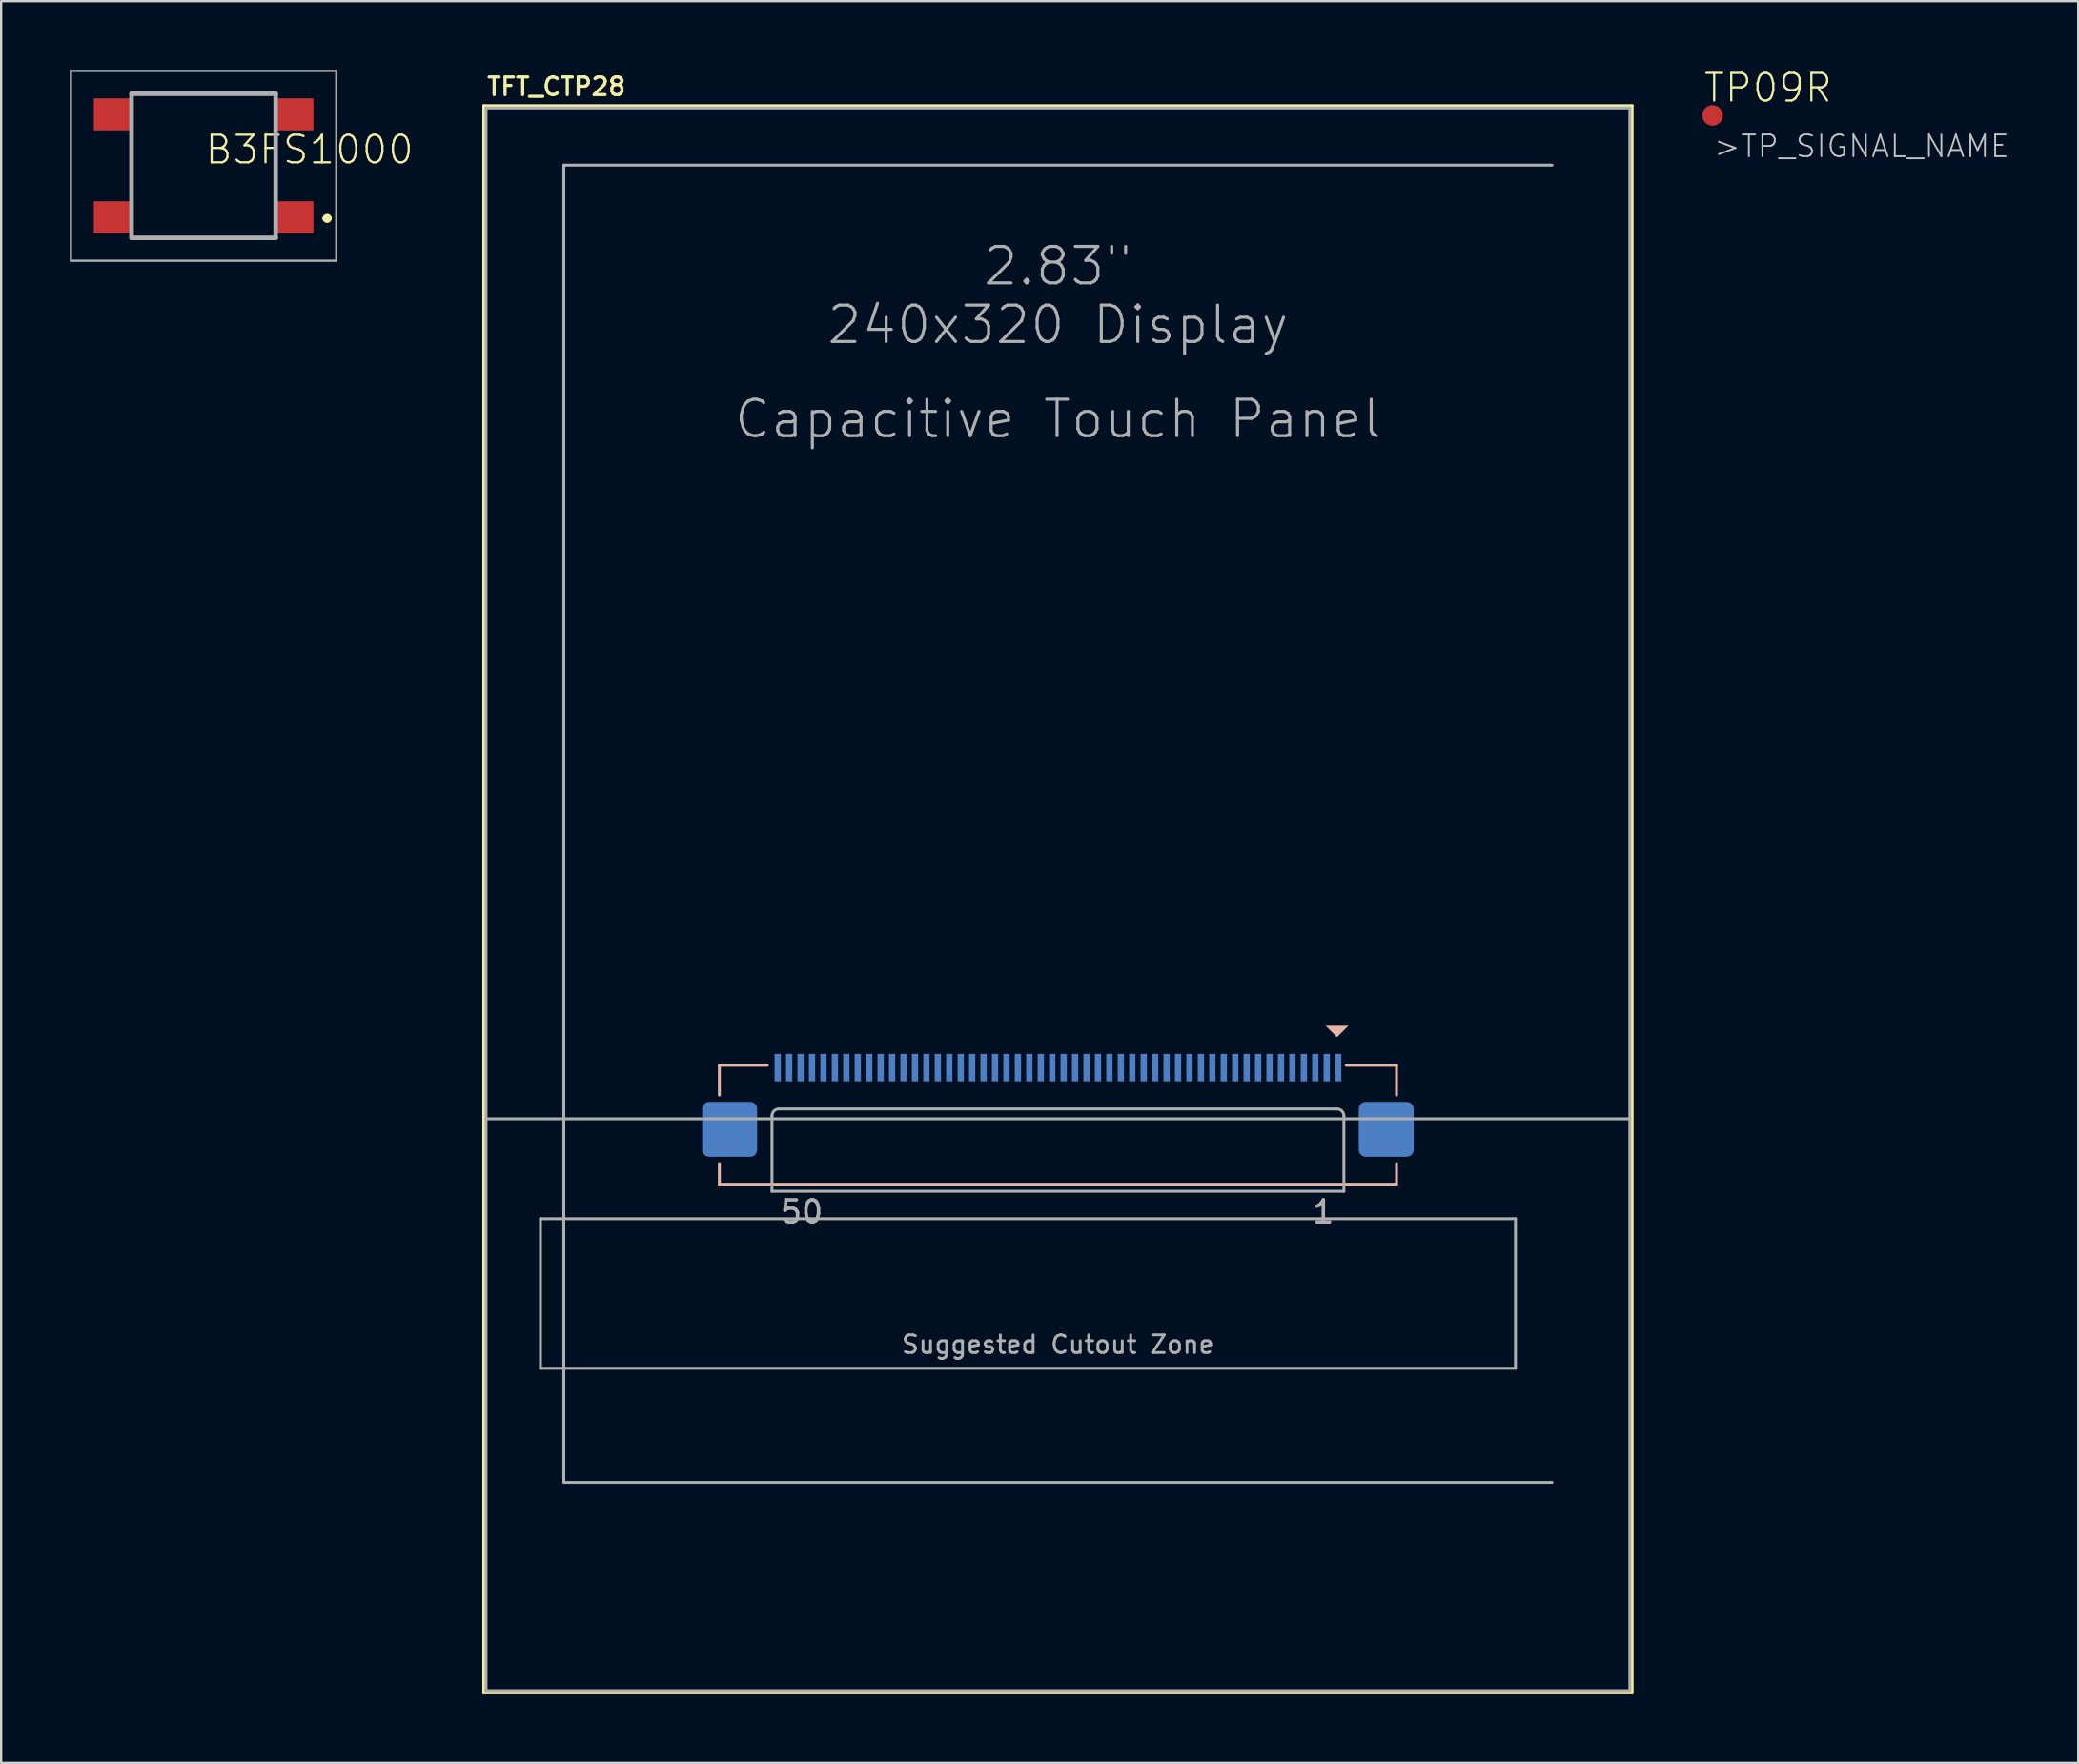
<source format=kicad_pcb>
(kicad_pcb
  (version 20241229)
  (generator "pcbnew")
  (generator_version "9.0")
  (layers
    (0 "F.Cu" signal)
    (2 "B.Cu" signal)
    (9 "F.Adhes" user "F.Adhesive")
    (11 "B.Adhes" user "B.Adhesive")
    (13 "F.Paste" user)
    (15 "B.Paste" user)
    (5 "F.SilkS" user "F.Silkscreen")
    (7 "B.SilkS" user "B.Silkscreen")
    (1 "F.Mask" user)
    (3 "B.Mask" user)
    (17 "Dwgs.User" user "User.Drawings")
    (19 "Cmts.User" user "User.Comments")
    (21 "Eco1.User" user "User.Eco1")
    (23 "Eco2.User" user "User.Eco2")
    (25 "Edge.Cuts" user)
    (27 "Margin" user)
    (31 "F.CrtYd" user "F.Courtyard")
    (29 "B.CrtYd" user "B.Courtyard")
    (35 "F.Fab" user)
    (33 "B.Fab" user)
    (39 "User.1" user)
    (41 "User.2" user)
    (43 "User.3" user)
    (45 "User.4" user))
  (footprint "TP09R"
    (layer "F.Cu")
    (at 71.81 1.996)
    (property "Reference" "TP09R" (at -0.45 -0.5 0) (layer "F.SilkS") (effects (font (size 1.206 1.206) (thickness 0.097)) (justify left bottom)))
    (attr through_hole)
    (fp_text user ">TP_SIGNAL_NAME" (at 0 1.905 0) (layer "Dwgs.User") (effects (font (size 0.95 0.95) (thickness 0.08)) (justify left bottom)))
    (pad "TP" smd roundrect (at 0 0) (size 0.9 0.9) (layers "F.Cu" "F.Mask") (roundrect_rratio 0.5)))
  (footprint "B3FS1000"
    (layer "F.Cu")
    (at 5.85 4.2)
    (property "Reference" "B3FS1000" (at 0 0 0) (layer "F.SilkS") (effects (font (size 1.206 1.206) (thickness 0.097)) (justify left bottom)))
    (attr through_hole)
    (fp_line (start -3.15 1) (end -3.15 -1) (stroke (width 0.1) (type solid)) (layer "F.SilkS"))
    (fp_line (start -2.5 -3.15) (end 2.5 -3.15) (stroke (width 0.1) (type solid)) (layer "F.SilkS"))
    (fp_line (start -2.5 3.15) (end 2.5 3.15) (stroke (width 0.1) (type solid)) (layer "F.SilkS"))
    (fp_line (start 3.15 1) (end 3.15 -1) (stroke (width 0.1) (type solid)) (layer "F.SilkS"))
    (fp_line (start 5.3 2.3) (end 5.3 2.3) (stroke (width 0.2) (type solid)) (layer "F.SilkS"))
    (fp_line (start 5.5 2.3) (end 5.5 2.3) (stroke (width 0.2) (type solid)) (layer "F.SilkS"))
    (fp_arc (start 5.3 2.3) (mid 5.4 2.2) (end 5.5 2.3) (stroke (width 0.2) (type solid)) (layer "F.SilkS"))
    (fp_arc (start 5.5 2.3) (mid 5.4 2.4) (end 5.3 2.3) (stroke (width 0.2) (type solid)) (layer "F.SilkS"))
    (fp_line (start -5.8 -4.15) (end 5.8 -4.15) (stroke (width 0.1) (type solid)) (layer "F.Fab"))
    (fp_line (start -5.8 4.15) (end -5.8 -4.15) (stroke (width 0.1) (type solid)) (layer "F.Fab"))
    (fp_line (start -3.15 -3.15) (end 3.15 -3.15) (stroke (width 0.2) (type solid)) (layer "F.Fab"))
    (fp_line (start -3.15 3.15) (end -3.15 -3.15) (stroke (width 0.2) (type solid)) (layer "F.Fab"))
    (fp_line (start 3.15 -3.15) (end 3.15 3.15) (stroke (width 0.2) (type solid)) (layer "F.Fab"))
    (fp_line (start 3.15 3.15) (end -3.15 3.15) (stroke (width 0.2) (type solid)) (layer "F.Fab"))
    (fp_line (start 5.8 -4.15) (end 5.8 4.15) (stroke (width 0.1) (type solid)) (layer "F.Fab"))
    (fp_line (start 5.8 4.15) (end -5.8 4.15) (stroke (width 0.1) (type solid)) (layer "F.Fab"))
    (pad "1" smd rect (at 4 2.25) (size 1.6 1.4) (layers "F.Cu" "F.Mask" "F.Paste"))
    (pad "2" smd rect (at -4 2.25) (size 1.6 1.4) (layers "F.Cu" "F.Mask" "F.Paste"))
    (pad "3" smd rect (at 4 -2.25) (size 1.6 1.4) (layers "F.Cu" "F.Mask" "F.Paste"))
    (pad "4" smd rect (at -4 -2.25) (size 1.6 1.4) (layers "F.Cu" "F.Mask" "F.Paste")))
  (footprint "TFT_CTP28"
    (layer "F.Cu")
    (at 43.197 36.27)
    (property "Reference" "TFT_CTP28" (at -25.033 -35.081 180) (layer "F.SilkS") (effects (font (size 0.772 0.772) (thickness 0.139)) (justify left bottom)))
    (attr through_hole)
    (fp_line (start -25.1 -34.7) (end 25.1 -34.7) (stroke (width 0.127) (type solid)) (layer "F.SilkS"))
    (fp_line (start -25.1 34.7) (end -25.1 -34.7) (stroke (width 0.127) (type solid)) (layer "F.SilkS"))
    (fp_line (start 25.1 -34.7) (end 25.1 34.7) (stroke (width 0.127) (type solid)) (layer "F.SilkS"))
    (fp_line (start 25.1 34.7) (end -25.1 34.7) (stroke (width 0.127) (type solid)) (layer "F.SilkS"))
    (fp_line (start -14.8 7.26) (end -14.8 8.56) (stroke (width 0.127) (type solid)) (layer "B.SilkS"))
    (fp_line (start -14.8 12.46) (end -14.8 11.56) (stroke (width 0.127) (type solid)) (layer "B.SilkS"))
    (fp_line (start -12.7 7.26) (end -14.8 7.26) (stroke (width 0.127) (type solid)) (layer "B.SilkS"))
    (fp_line (start 12.6 7.26) (end 14.8 7.26) (stroke (width 0.127) (type solid)) (layer "B.SilkS"))
    (fp_line (start 14.8 7.26) (end 14.8 8.56) (stroke (width 0.127) (type solid)) (layer "B.SilkS"))
    (fp_line (start 14.8 11.56) (end 14.8 12.46) (stroke (width 0.127) (type solid)) (layer "B.SilkS"))
    (fp_line (start 14.8 12.46) (end -14.8 12.46) (stroke (width 0.127) (type solid)) (layer "B.SilkS"))
    (fp_poly (pts (xy 12.2 6.03) (xy 11.7 5.53) (xy 12.7 5.53)) (stroke (width 0) (type solid)) (fill yes) (layer "B.SilkS"))
    (fp_line (start -25 -34.6) (end 25 -34.6) (stroke (width 0.127) (type solid)) (layer "F.Fab"))
    (fp_line (start -25 9.6) (end -25 -34.6) (stroke (width 0.127) (type solid)) (layer "F.Fab"))
    (fp_line (start -25 9.6) (end 25 9.6) (stroke (width 0.127) (type solid)) (layer "F.Fab"))
    (fp_line (start -25 34.6) (end -25 9.6) (stroke (width 0.127) (type solid)) (layer "F.Fab"))
    (fp_line (start -22.62 13.97) (end 20 13.97) (stroke (width 0.127) (type solid)) (layer "F.Fab"))
    (fp_line (start -22.62 20.51) (end -22.62 13.97) (stroke (width 0.127) (type solid)) (layer "F.Fab"))
    (fp_line (start -21.6 -32.1) (end 21.6 -32.1) (stroke (width 0.127) (type solid)) (layer "F.Fab"))
    (fp_line (start -21.6 25.5) (end -21.6 -32.1) (stroke (width 0.127) (type solid)) (layer "F.Fab"))
    (fp_line (start -12.5 12.77) (end -12.5 9.47) (stroke (width 0.127) (type solid)) (layer "F.Fab"))
    (fp_line (start -12.5 12.77) (end 12.5 12.77) (stroke (width 0.127) (type solid)) (layer "F.Fab"))
    (fp_line (start -12.2 9.17) (end 12.2 9.17) (stroke (width 0.127) (type solid)) (layer "F.Fab"))
    (fp_line (start 12.5 9.47) (end 12.5 12.77) (stroke (width 0.127) (type solid)) (layer "F.Fab"))
    (fp_line (start 20 13.97) (end 20 20.51) (stroke (width 0.127) (type solid)) (layer "F.Fab"))
    (fp_line (start 20 20.51) (end -22.62 20.51) (stroke (width 0.127) (type solid)) (layer "F.Fab"))
    (fp_line (start 21.6 25.5) (end -21.6 25.5) (stroke (width 0.127) (type solid)) (layer "F.Fab"))
    (fp_line (start 25 -34.6) (end 25 9.6) (stroke (width 0.127) (type solid)) (layer "F.Fab"))
    (fp_line (start 25 9.6) (end 25 34.6) (stroke (width 0.127) (type solid)) (layer "F.Fab"))
    (fp_line (start 25 34.6) (end -25 34.6) (stroke (width 0.127) (type solid)) (layer "F.Fab"))
    (fp_arc (start -12.5 9.47) (mid -12.412132 9.257868) (end -12.2 9.17) (stroke (width 0.127) (type solid)) (layer "F.Fab"))
    (fp_arc (start 12.2 9.17) (mid 12.412132 9.257868) (end 12.5 9.47) (stroke (width 0.127) (type solid)) (layer "F.Fab"))
    (fp_text user "50" (at -11.2 13.67 0) (layer "F.Fab") (effects (font (size 0.965 0.965) (thickness 0.152))))
    (fp_text user "1" (at 11.6 13.67 0) (layer "F.Fab") (effects (font (size 0.965 0.965) (thickness 0.152))))
    (fp_text user "2.83\"\n240x320 Display" (at 0 -26.4 0) (layer "F.Fab") (effects (font (size 1.593 1.593) (thickness 0.134))))
    (fp_text user "Capacitive Touch Panel" (at 0 -21 0) (layer "F.Fab") (effects (font (size 1.593 1.593) (thickness 0.134))))
    (fp_text user "Suggested Cutout Zone" (at 0 19.47 0) (layer "F.Fab") (effects (font (size 0.772 0.772) (thickness 0.122))))
    (pad "1" smd rect (at 12.25 7.36 180) (size 0.275 1.2) (layers "B.Cu" "B.Mask" "B.Paste"))
    (pad "2" smd rect (at 11.75 7.36 180) (size 0.275 1.2) (layers "B.Cu" "B.Mask" "B.Paste"))
    (pad "3" smd rect (at 11.25 7.36 180) (size 0.275 1.2) (layers "B.Cu" "B.Mask" "B.Paste"))
    (pad "4" smd rect (at 10.75 7.36 180) (size 0.275 1.2) (layers "B.Cu" "B.Mask" "B.Paste"))
    (pad "5" smd rect (at 10.25 7.36 180) (size 0.275 1.2) (layers "B.Cu" "B.Mask" "B.Paste"))
    (pad "6" smd rect (at 9.75 7.36 180) (size 0.275 1.2) (layers "B.Cu" "B.Mask" "B.Paste"))
    (pad "7" smd rect (at 9.25 7.36 180) (size 0.275 1.2) (layers "B.Cu" "B.Mask" "B.Paste"))
    (pad "8" smd rect (at 8.75 7.36 180) (size 0.275 1.2) (layers "B.Cu" "B.Mask" "B.Paste"))
    (pad "9" smd rect (at 8.25 7.36 180) (size 0.275 1.2) (layers "B.Cu" "B.Mask" "B.Paste"))
    (pad "10" smd rect (at 7.75 7.36 180) (size 0.275 1.2) (layers "B.Cu" "B.Mask" "B.Paste"))
    (pad "11" smd rect (at 7.25 7.36 180) (size 0.275 1.2) (layers "B.Cu" "B.Mask" "B.Paste"))
    (pad "12" smd rect (at 6.75 7.36 180) (size 0.275 1.2) (layers "B.Cu" "B.Mask" "B.Paste"))
    (pad "13" smd rect (at 6.25 7.36 180) (size 0.275 1.2) (layers "B.Cu" "B.Mask" "B.Paste"))
    (pad "14" smd rect (at 5.75 7.36 180) (size 0.275 1.2) (layers "B.Cu" "B.Mask" "B.Paste"))
    (pad "15" smd rect (at 5.25 7.36 180) (size 0.275 1.2) (layers "B.Cu" "B.Mask" "B.Paste"))
    (pad "16" smd rect (at 4.75 7.36 180) (size 0.275 1.2) (layers "B.Cu" "B.Mask" "B.Paste"))
    (pad "17" smd rect (at 4.25 7.36 180) (size 0.275 1.2) (layers "B.Cu" "B.Mask" "B.Paste"))
    (pad "18" smd rect (at 3.75 7.36 180) (size 0.275 1.2) (layers "B.Cu" "B.Mask" "B.Paste"))
    (pad "19" smd rect (at 3.25 7.36 180) (size 0.275 1.2) (layers "B.Cu" "B.Mask" "B.Paste"))
    (pad "20" smd rect (at 2.75 7.36 180) (size 0.275 1.2) (layers "B.Cu" "B.Mask" "B.Paste"))
    (pad "21" smd rect (at 2.25 7.36 180) (size 0.275 1.2) (layers "B.Cu" "B.Mask" "B.Paste"))
    (pad "22" smd rect (at 1.75 7.36 180) (size 0.275 1.2) (layers "B.Cu" "B.Mask" "B.Paste"))
    (pad "23" smd rect (at 1.25 7.36 180) (size 0.275 1.2) (layers "B.Cu" "B.Mask" "B.Paste"))
    (pad "24" smd rect (at 0.75 7.36 180) (size 0.275 1.2) (layers "B.Cu" "B.Mask" "B.Paste"))
    (pad "25" smd rect (at 0.25 7.36 180) (size 0.275 1.2) (layers "B.Cu" "B.Mask" "B.Paste"))
    (pad "26" smd rect (at -0.25 7.36 180) (size 0.275 1.2) (layers "B.Cu" "B.Mask" "B.Paste"))
    (pad "27" smd rect (at -0.75 7.36 180) (size 0.275 1.2) (layers "B.Cu" "B.Mask" "B.Paste"))
    (pad "28" smd rect (at -1.25 7.36 180) (size 0.275 1.2) (layers "B.Cu" "B.Mask" "B.Paste"))
    (pad "29" smd rect (at -1.75 7.36 180) (size 0.275 1.2) (layers "B.Cu" "B.Mask" "B.Paste"))
    (pad "30" smd rect (at -2.25 7.36 180) (size 0.275 1.2) (layers "B.Cu" "B.Mask" "B.Paste"))
    (pad "31" smd rect (at -2.75 7.36 180) (size 0.275 1.2) (layers "B.Cu" "B.Mask" "B.Paste"))
    (pad "32" smd rect (at -3.25 7.36 180) (size 0.275 1.2) (layers "B.Cu" "B.Mask" "B.Paste"))
    (pad "33" smd rect (at -3.75 7.36 180) (size 0.275 1.2) (layers "B.Cu" "B.Mask" "B.Paste"))
    (pad "34" smd rect (at -4.25 7.36 180) (size 0.275 1.2) (layers "B.Cu" "B.Mask" "B.Paste"))
    (pad "35" smd rect (at -4.75 7.36 180) (size 0.275 1.2) (layers "B.Cu" "B.Mask" "B.Paste"))
    (pad "36" smd rect (at -5.25 7.36 180) (size 0.275 1.2) (layers "B.Cu" "B.Mask" "B.Paste"))
    (pad "37" smd rect (at -5.75 7.36 180) (size 0.275 1.2) (layers "B.Cu" "B.Mask" "B.Paste"))
    (pad "38" smd rect (at -6.25 7.36 180) (size 0.275 1.2) (layers "B.Cu" "B.Mask" "B.Paste"))
    (pad "39" smd rect (at -6.75 7.36 180) (size 0.275 1.2) (layers "B.Cu" "B.Mask" "B.Paste"))
    (pad "40" smd rect (at -7.25 7.36 180) (size 0.275 1.2) (layers "B.Cu" "B.Mask" "B.Paste"))
    (pad "41" smd rect (at -7.75 7.36 180) (size 0.275 1.2) (layers "B.Cu" "B.Mask" "B.Paste"))
    (pad "42" smd rect (at -8.25 7.36 180) (size 0.275 1.2) (layers "B.Cu" "B.Mask" "B.Paste"))
    (pad "43" smd rect (at -8.75 7.36 180) (size 0.275 1.2) (layers "B.Cu" "B.Mask" "B.Paste"))
    (pad "44" smd rect (at -9.25 7.36 180) (size 0.275 1.2) (layers "B.Cu" "B.Mask" "B.Paste"))
    (pad "45" smd rect (at -9.75 7.36 180) (size 0.275 1.2) (layers "B.Cu" "B.Mask" "B.Paste"))
    (pad "46" smd rect (at -10.25 7.36 180) (size 0.275 1.2) (layers "B.Cu" "B.Mask" "B.Paste"))
    (pad "47" smd rect (at -10.75 7.36 180) (size 0.275 1.2) (layers "B.Cu" "B.Mask" "B.Paste"))
    (pad "48" smd rect (at -11.25 7.36 180) (size 0.275 1.2) (layers "B.Cu" "B.Mask" "B.Paste"))
    (pad "49" smd rect (at -11.75 7.36 180) (size 0.275 1.2) (layers "B.Cu" "B.Mask" "B.Paste"))
    (pad "50" smd rect (at -12.25 7.36 180) (size 0.275 1.2) (layers "B.Cu" "B.Mask" "B.Paste"))
    (pad "PAD1" smd roundrect (at 14.35 10.06 180) (size 2.4 2.4) (layers "B.Cu" "B.Mask" "B.Paste") (roundrect_rratio 0.125))
    (pad "PAD2" smd roundrect (at -14.35 10.06 180) (size 2.4 2.4) (layers "B.Cu" "B.Mask" "B.Paste") (roundrect_rratio 0.125)))
  (gr_rect
    (start -3 -3)
    (end 87.798 74.034)
    (stroke (width 0.1) (type default))
    (fill no)
    (layer "Edge.Cuts")))
</source>
